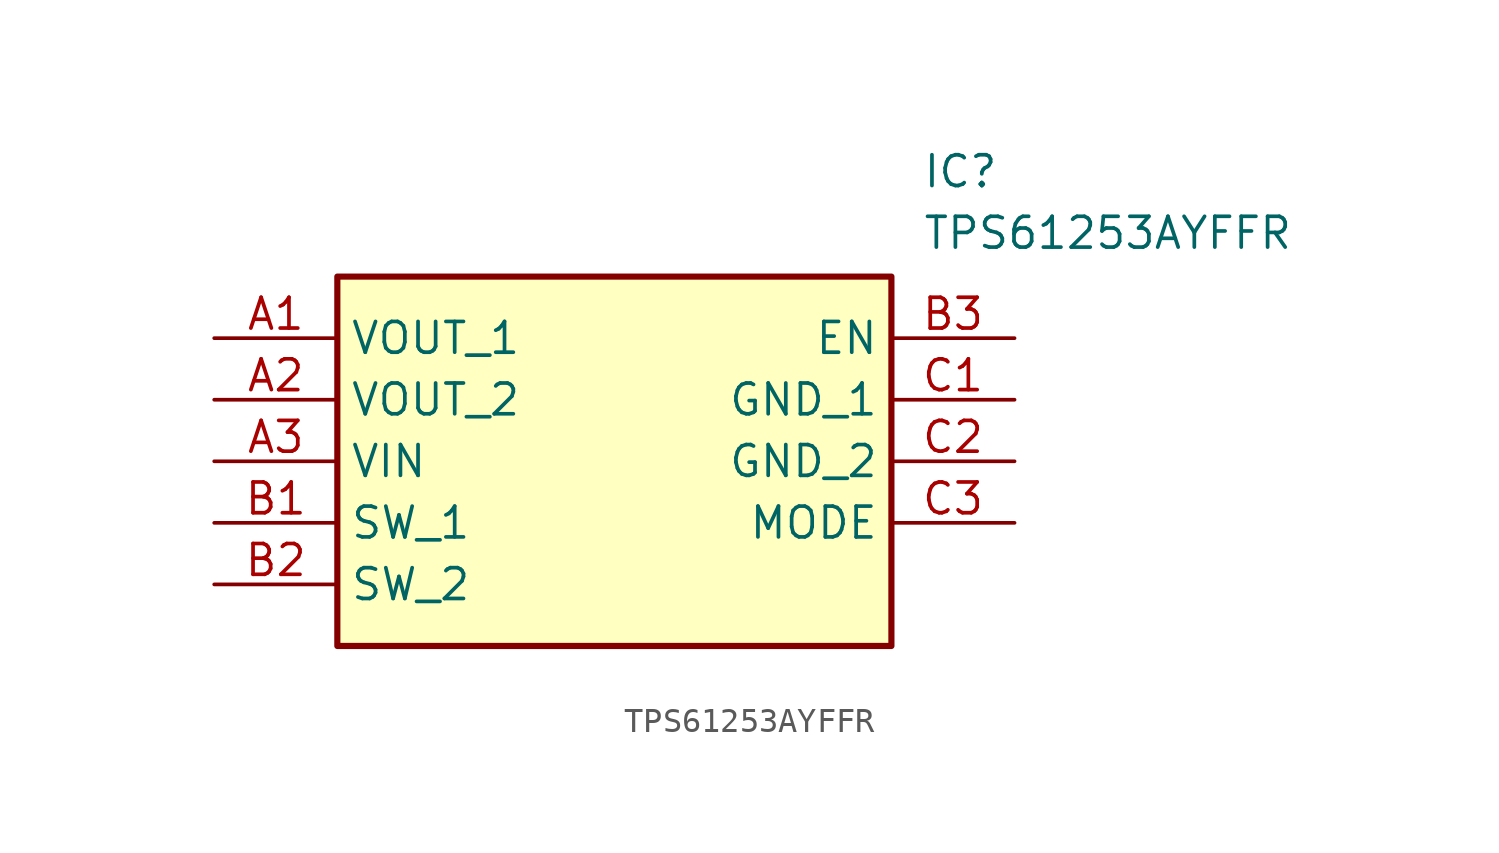
<source format=kicad_sym>
(kicad_symbol_lib
  (version 20231120)
  (generator "kicad_symbol_editor")
  (generator_version "8.0")
  (symbol "TPS61253AYFFR"
    (property "Reference" "IC"
      (at 29.21 7.62 0)
      (effects (font (size 1.27 1.27)) (justify left top)))
    (property "Value" "TPS61253AYFFR"
      (at 29.21 5.08 0)
      (effects (font (size 1.27 1.27)) (justify left top)))
    (symbol "TPS61253AYFFR_1_1"
      (rectangle (start 5.08 2.54) (end 27.94 -12.7) (stroke (width 0.254) (type default)) (fill (type background)))
      (pin output line (at 0 0 0) (length 5.08) (name "VOUT_1" (effects (font (size 1.27 1.27)))) (number "A1" (effects (font (size 1.27 1.27)))))
      (pin output line (at 0 -2.54 0) (length 5.08) (name "VOUT_2" (effects (font (size 1.27 1.27)))) (number "A2" (effects (font (size 1.27 1.27)))))
      (pin power_in line (at 0 -5.08 0) (length 5.08) (name "VIN" (effects (font (size 1.27 1.27)))) (number "A3" (effects (font (size 1.27 1.27)))))
      (pin bidirectional line (at 0 -7.62 0) (length 5.08) (name "SW_1" (effects (font (size 1.27 1.27)))) (number "B1" (effects (font (size 1.27 1.27)))))
      (pin bidirectional line (at 0 -10.16 0) (length 5.08) (name "SW_2" (effects (font (size 1.27 1.27)))) (number "B2" (effects (font (size 1.27 1.27)))))
      (pin input line (at 33.02 0 180) (length 5.08) (name "EN" (effects (font (size 1.27 1.27)))) (number "B3" (effects (font (size 1.27 1.27)))))
      (pin power_in line (at 33.02 -2.54 180) (length 5.08) (name "GND_1" (effects (font (size 1.27 1.27)))) (number "C1" (effects (font (size 1.27 1.27)))))
      (pin power_in line (at 33.02 -5.08 180) (length 5.08) (name "GND_2" (effects (font (size 1.27 1.27)))) (number "C2" (effects (font (size 1.27 1.27)))))
      (pin passive line (at 33.02 -7.62 180) (length 5.08) (name "MODE" (effects (font (size 1.27 1.27)))) (number "C3" (effects (font (size 1.27 1.27))))))))
</source>
